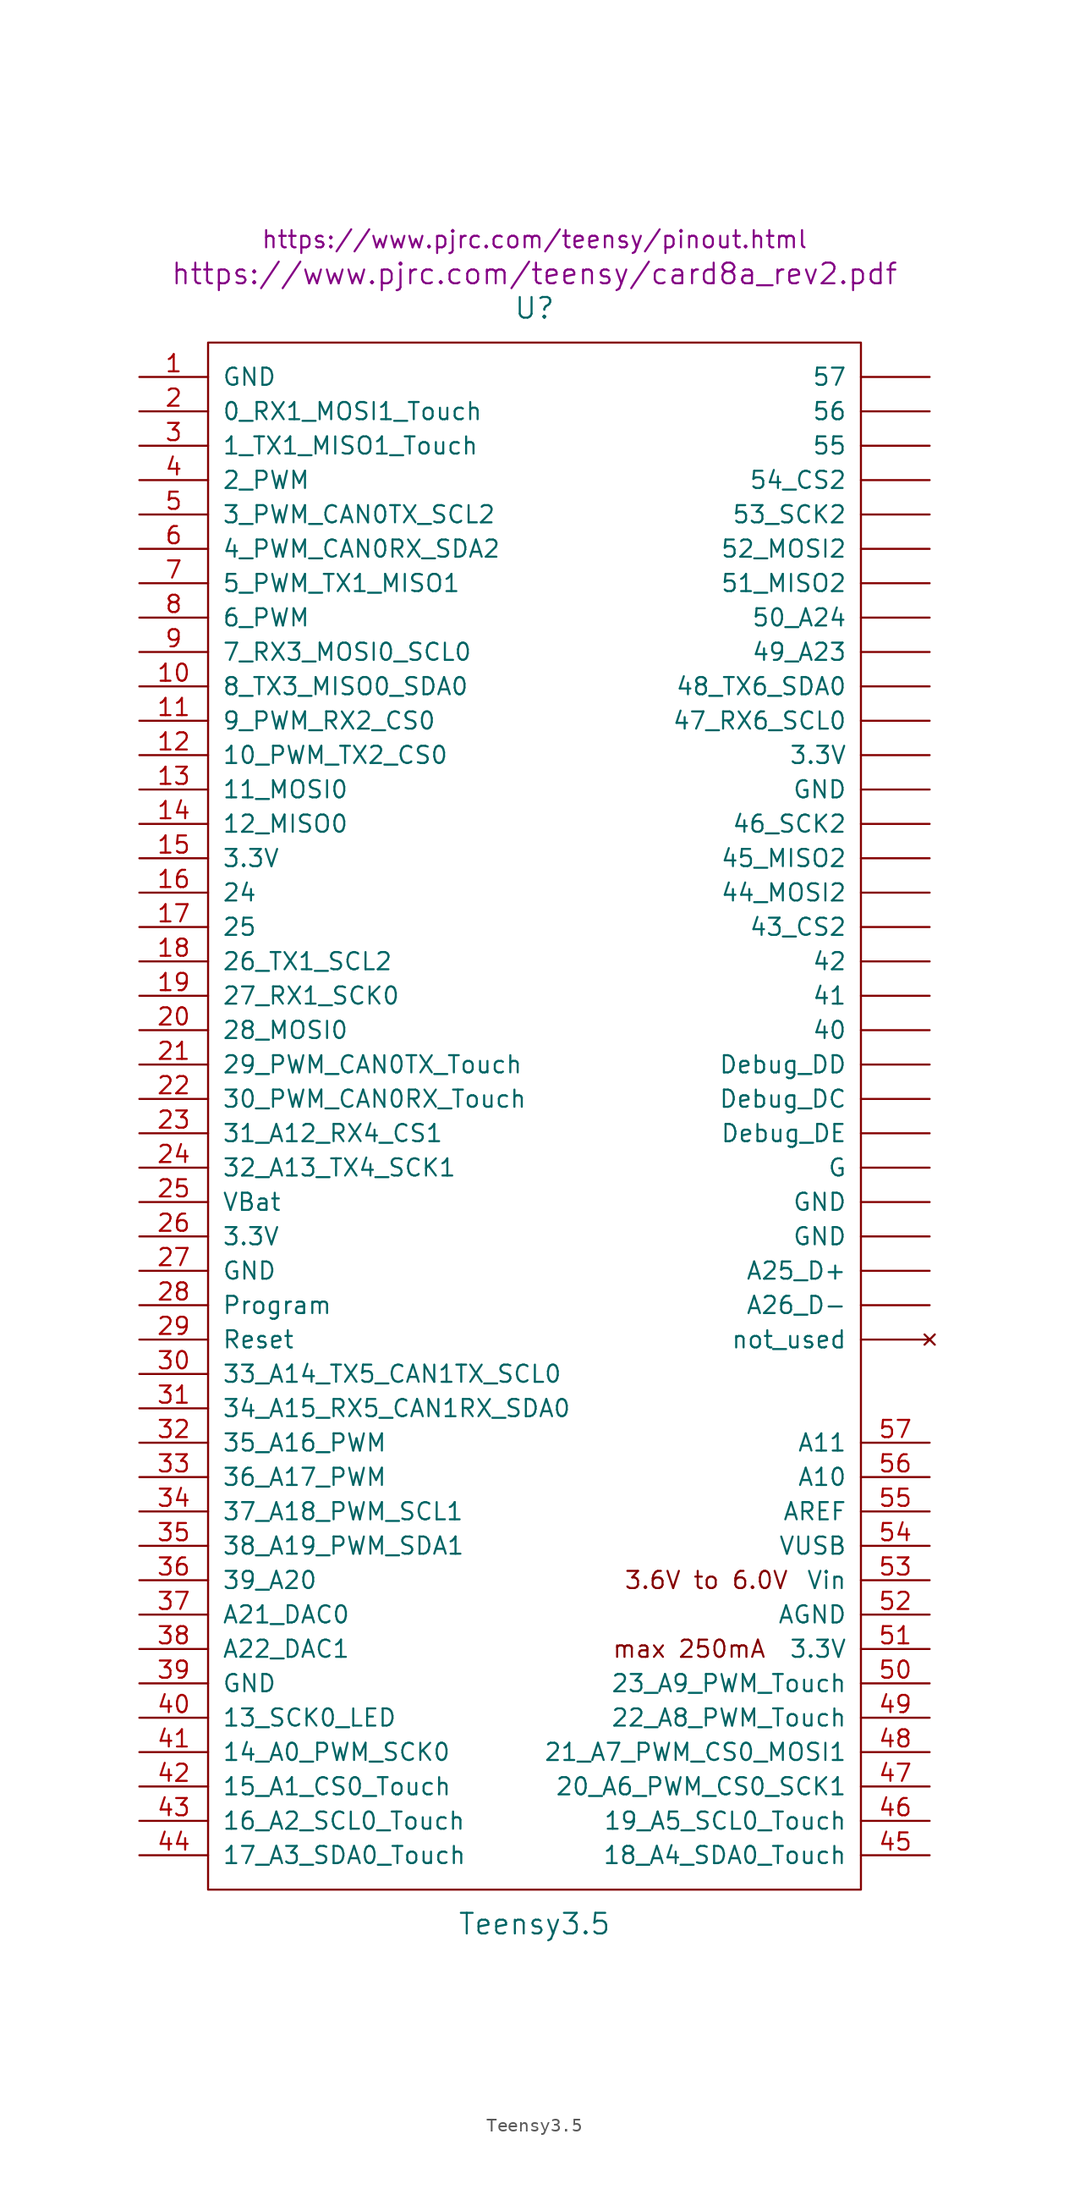
<source format=kicad_sym>
(kicad_symbol_lib
  (version 20211014)
  (generator kicad_symbol_editor)
  (symbol "Teensy3.5"
    (pin_names
      (offset 1.016))
    (property "Reference" "U"
      (at 0 59.69 0)
      (effects (font (size 1.524 1.524))))
    (property "Value" "Teensy3.5"
      (at 0 -59.69 0)
      (effects (font (size 1.524 1.524))))
    (property "Footprint" ""
      (at -2.54 57.15 0)
      (effects (font (size 1.524 1.524))))
    (property "Datasheet" "https://www.pjrc.com/teensy/card8a_rev2.pdf"
      (at 0 62.23 0)
      (effects (font (size 1.524 1.524))))
    (property "Pinouts" "https://www.pjrc.com/teensy/pinout.html"
      (at 0 64.77 0)
      (effects (font (size 1.27 1.27))))
    (symbol "Teensy3.5_0_0"
      (text "3.6V to 6.0V" (at 12.7 -34.29 0) (effects (font (size 1.27 1.27))))
      (text "max 250mA" (at 11.43 -39.37 0) (effects (font (size 1.27 1.27)))))
    (symbol "Teensy3.5_0_1"
      (rectangle (start -24.13 57.15) (end 24.13 -57.15) (stroke (width 0) (type default) (color 0 0 0 0)) (fill (type none))))
    (symbol "Teensy3.5_1_1"
      (pin power_in line (at -29.21 54.61 0) (length 5.08) (name "GND" (effects (font (size 1.27 1.27)))) (number "1" (effects (font (size 1.27 1.27)))))
      (pin bidirectional line (at -29.21 31.75 0) (length 5.08) (name "8_TX3_MISO0_SDA0" (effects (font (size 1.27 1.27)))) (number "10" (effects (font (size 1.27 1.27)))))
      (pin bidirectional line (at -29.21 29.21 0) (length 5.08) (name "9_PWM_RX2_CS0" (effects (font (size 1.27 1.27)))) (number "11" (effects (font (size 1.27 1.27)))))
      (pin bidirectional line (at -29.21 26.67 0) (length 5.08) (name "10_PWM_TX2_CS0" (effects (font (size 1.27 1.27)))) (number "12" (effects (font (size 1.27 1.27)))))
      (pin bidirectional line (at -29.21 24.13 0) (length 5.08) (name "11_MOSI0" (effects (font (size 1.27 1.27)))) (number "13" (effects (font (size 1.27 1.27)))))
      (pin bidirectional line (at -29.21 21.59 0) (length 5.08) (name "12_MISO0" (effects (font (size 1.27 1.27)))) (number "14" (effects (font (size 1.27 1.27)))))
      (pin power_out line (at -29.21 19.05 0) (length 5.08) (name "3.3V" (effects (font (size 1.27 1.27)))) (number "15" (effects (font (size 1.27 1.27)))))
      (pin bidirectional line (at -29.21 16.51 0) (length 5.08) (name "24" (effects (font (size 1.27 1.27)))) (number "16" (effects (font (size 1.27 1.27)))))
      (pin bidirectional line (at -29.21 13.97 0) (length 5.08) (name "25" (effects (font (size 1.27 1.27)))) (number "17" (effects (font (size 1.27 1.27)))))
      (pin bidirectional line (at -29.21 11.43 0) (length 5.08) (name "26_TX1_SCL2" (effects (font (size 1.27 1.27)))) (number "18" (effects (font (size 1.27 1.27)))))
      (pin bidirectional line (at -29.21 8.89 0) (length 5.08) (name "27_RX1_SCK0" (effects (font (size 1.27 1.27)))) (number "19" (effects (font (size 1.27 1.27)))))
      (pin bidirectional line (at -29.21 52.07 0) (length 5.08) (name "0_RX1_MOSI1_Touch" (effects (font (size 1.27 1.27)))) (number "2" (effects (font (size 1.27 1.27)))))
      (pin bidirectional line (at -29.21 6.35 0) (length 5.08) (name "28_MOSI0" (effects (font (size 1.27 1.27)))) (number "20" (effects (font (size 1.27 1.27)))))
      (pin bidirectional line (at -29.21 3.81 0) (length 5.08) (name "29_PWM_CAN0TX_Touch" (effects (font (size 1.27 1.27)))) (number "21" (effects (font (size 1.27 1.27)))))
      (pin bidirectional line (at -29.21 1.27 0) (length 5.08) (name "30_PWM_CAN0RX_Touch" (effects (font (size 1.27 1.27)))) (number "22" (effects (font (size 1.27 1.27)))))
      (pin bidirectional line (at -29.21 -1.27 0) (length 5.08) (name "31_A12_RX4_CS1" (effects (font (size 1.27 1.27)))) (number "23" (effects (font (size 1.27 1.27)))))
      (pin bidirectional line (at -29.21 -3.81 0) (length 5.08) (name "32_A13_TX4_SCK1" (effects (font (size 1.27 1.27)))) (number "24" (effects (font (size 1.27 1.27)))))
      (pin power_in line (at -29.21 -6.35 0) (length 5.08) (name "VBat" (effects (font (size 1.27 1.27)))) (number "25" (effects (font (size 1.27 1.27)))))
      (pin power_in line (at -29.21 -8.89 0) (length 5.08) (name "3.3V" (effects (font (size 1.27 1.27)))) (number "26" (effects (font (size 1.27 1.27)))))
      (pin power_in line (at -29.21 -11.43 0) (length 5.08) (name "GND" (effects (font (size 1.27 1.27)))) (number "27" (effects (font (size 1.27 1.27)))))
      (pin input line (at -29.21 -13.97 0) (length 5.08) (name "Program" (effects (font (size 1.27 1.27)))) (number "28" (effects (font (size 1.27 1.27)))))
      (pin input line (at -29.21 -16.51 0) (length 5.08) (name "Reset" (effects (font (size 1.27 1.27)))) (number "29" (effects (font (size 1.27 1.27)))))
      (pin bidirectional line (at -29.21 49.53 0) (length 5.08) (name "1_TX1_MISO1_Touch" (effects (font (size 1.27 1.27)))) (number "3" (effects (font (size 1.27 1.27)))))
      (pin bidirectional line (at -29.21 -19.05 0) (length 5.08) (name "33_A14_TX5_CAN1TX_SCL0" (effects (font (size 1.27 1.27)))) (number "30" (effects (font (size 1.27 1.27)))))
      (pin bidirectional line (at -29.21 -21.59 0) (length 5.08) (name "34_A15_RX5_CAN1RX_SDA0" (effects (font (size 1.27 1.27)))) (number "31" (effects (font (size 1.27 1.27)))))
      (pin bidirectional line (at -29.21 -24.13 0) (length 5.08) (name "35_A16_PWM" (effects (font (size 1.27 1.27)))) (number "32" (effects (font (size 1.27 1.27)))))
      (pin bidirectional line (at -29.21 -26.67 0) (length 5.08) (name "36_A17_PWM" (effects (font (size 1.27 1.27)))) (number "33" (effects (font (size 1.27 1.27)))))
      (pin bidirectional line (at -29.21 -29.21 0) (length 5.08) (name "37_A18_PWM_SCL1" (effects (font (size 1.27 1.27)))) (number "34" (effects (font (size 1.27 1.27)))))
      (pin bidirectional line (at -29.21 -31.75 0) (length 5.08) (name "38_A19_PWM_SDA1" (effects (font (size 1.27 1.27)))) (number "35" (effects (font (size 1.27 1.27)))))
      (pin bidirectional line (at -29.21 -34.29 0) (length 5.08) (name "39_A20" (effects (font (size 1.27 1.27)))) (number "36" (effects (font (size 1.27 1.27)))))
      (pin bidirectional line (at -29.21 -36.83 0) (length 5.08) (name "A21_DAC0" (effects (font (size 1.27 1.27)))) (number "37" (effects (font (size 1.27 1.27)))))
      (pin bidirectional line (at -29.21 -39.37 0) (length 5.08) (name "A22_DAC1" (effects (font (size 1.27 1.27)))) (number "38" (effects (font (size 1.27 1.27)))))
      (pin power_in line (at -29.21 -41.91 0) (length 5.08) (name "GND" (effects (font (size 1.27 1.27)))) (number "39" (effects (font (size 1.27 1.27)))))
      (pin bidirectional line (at -29.21 46.99 0) (length 5.08) (name "2_PWM" (effects (font (size 1.27 1.27)))) (number "4" (effects (font (size 1.27 1.27)))))
      (pin bidirectional line (at -29.21 -44.45 0) (length 5.08) (name "13_SCK0_LED" (effects (font (size 1.27 1.27)))) (number "40" (effects (font (size 1.27 1.27)))))
      (pin bidirectional line (at -29.21 -46.99 0) (length 5.08) (name "14_A0_PWM_SCK0" (effects (font (size 1.27 1.27)))) (number "41" (effects (font (size 1.27 1.27)))))
      (pin bidirectional line (at -29.21 -49.53 0) (length 5.08) (name "15_A1_CS0_Touch" (effects (font (size 1.27 1.27)))) (number "42" (effects (font (size 1.27 1.27)))))
      (pin bidirectional line (at -29.21 -52.07 0) (length 5.08) (name "16_A2_SCL0_Touch" (effects (font (size 1.27 1.27)))) (number "43" (effects (font (size 1.27 1.27)))))
      (pin bidirectional line (at -29.21 -54.61 0) (length 5.08) (name "17_A3_SDA0_Touch" (effects (font (size 1.27 1.27)))) (number "44" (effects (font (size 1.27 1.27)))))
      (pin bidirectional line (at 29.21 -54.61 180) (length 5.08) (name "18_A4_SDA0_Touch" (effects (font (size 1.27 1.27)))) (number "45" (effects (font (size 1.27 1.27)))))
      (pin bidirectional line (at 29.21 -52.07 180) (length 5.08) (name "19_A5_SCL0_Touch" (effects (font (size 1.27 1.27)))) (number "46" (effects (font (size 1.27 1.27)))))
      (pin bidirectional line (at 29.21 -49.53 180) (length 5.08) (name "20_A6_PWM_CS0_SCK1" (effects (font (size 1.27 1.27)))) (number "47" (effects (font (size 1.27 1.27)))))
      (pin bidirectional line (at 29.21 -46.99 180) (length 5.08) (name "21_A7_PWM_CS0_MOSI1" (effects (font (size 1.27 1.27)))) (number "48" (effects (font (size 1.27 1.27)))))
      (pin bidirectional line (at 29.21 -44.45 180) (length 5.08) (name "22_A8_PWM_Touch" (effects (font (size 1.27 1.27)))) (number "49" (effects (font (size 1.27 1.27)))))
      (pin bidirectional line (at -29.21 44.45 0) (length 5.08) (name "3_PWM_CAN0TX_SCL2" (effects (font (size 1.27 1.27)))) (number "5" (effects (font (size 1.27 1.27)))))
      (pin bidirectional line (at 29.21 -41.91 180) (length 5.08) (name "23_A9_PWM_Touch" (effects (font (size 1.27 1.27)))) (number "50" (effects (font (size 1.27 1.27)))))
      (pin power_out line (at 29.21 -39.37 180) (length 5.08) (name "3.3V" (effects (font (size 1.27 1.27)))) (number "51" (effects (font (size 1.27 1.27)))))
      (pin power_out line (at 29.21 -36.83 180) (length 5.08) (name "AGND" (effects (font (size 1.27 1.27)))) (number "52" (effects (font (size 1.27 1.27)))))
      (pin power_in line (at 29.21 -34.29 180) (length 5.08) (name "Vin" (effects (font (size 1.27 1.27)))) (number "53" (effects (font (size 1.27 1.27)))))
      (pin power_in line (at 29.21 -31.75 180) (length 5.08) (name "VUSB" (effects (font (size 1.27 1.27)))) (number "54" (effects (font (size 1.27 1.27)))))
      (pin input line (at 29.21 -29.21 180) (length 5.08) (name "AREF" (effects (font (size 1.27 1.27)))) (number "55" (effects (font (size 1.27 1.27)))))
      (pin bidirectional line (at 29.21 -26.67 180) (length 5.08) (name "A10" (effects (font (size 1.27 1.27)))) (number "56" (effects (font (size 1.27 1.27)))))
      (pin bidirectional line (at 29.21 -24.13 180) (length 5.08) (name "A11" (effects (font (size 1.27 1.27)))) (number "57" (effects (font (size 1.27 1.27)))))
      (pin bidirectional line (at -29.21 41.91 0) (length 5.08) (name "4_PWM_CAN0RX_SDA2" (effects (font (size 1.27 1.27)))) (number "6" (effects (font (size 1.27 1.27)))))
      (pin bidirectional line (at -29.21 39.37 0) (length 5.08) (name "5_PWM_TX1_MISO1" (effects (font (size 1.27 1.27)))) (number "7" (effects (font (size 1.27 1.27)))))
      (pin bidirectional line (at -29.21 36.83 0) (length 5.08) (name "6_PWM" (effects (font (size 1.27 1.27)))) (number "8" (effects (font (size 1.27 1.27)))))
      (pin bidirectional line (at -29.21 34.29 0) (length 5.08) (name "7_RX3_MOSI0_SCL0" (effects (font (size 1.27 1.27)))) (number "9" (effects (font (size 1.27 1.27)))))
      (pin power_in line (at 29.21 26.67 180) (length 5.08) (name "3.3V" (effects (font (size 1.27 1.27)))) (number "~" (effects (font (size 1.27 1.27)))))
      (pin bidirectional line (at 29.21 6.35 180) (length 5.08) (name "40" (effects (font (size 1.27 1.27)))) (number "~" (effects (font (size 1.27 1.27)))))
      (pin bidirectional line (at 29.21 8.89 180) (length 5.08) (name "41" (effects (font (size 1.27 1.27)))) (number "~" (effects (font (size 1.27 1.27)))))
      (pin bidirectional line (at 29.21 11.43 180) (length 5.08) (name "42" (effects (font (size 1.27 1.27)))) (number "~" (effects (font (size 1.27 1.27)))))
      (pin bidirectional line (at 29.21 13.97 180) (length 5.08) (name "43_CS2" (effects (font (size 1.27 1.27)))) (number "~" (effects (font (size 1.27 1.27)))))
      (pin bidirectional line (at 29.21 16.51 180) (length 5.08) (name "44_MOSI2" (effects (font (size 1.27 1.27)))) (number "~" (effects (font (size 1.27 1.27)))))
      (pin bidirectional line (at 29.21 19.05 180) (length 5.08) (name "45_MISO2" (effects (font (size 1.27 1.27)))) (number "~" (effects (font (size 1.27 1.27)))))
      (pin bidirectional line (at 29.21 21.59 180) (length 5.08) (name "46_SCK2" (effects (font (size 1.27 1.27)))) (number "~" (effects (font (size 1.27 1.27)))))
      (pin bidirectional line (at 29.21 29.21 180) (length 5.08) (name "47_RX6_SCL0" (effects (font (size 1.27 1.27)))) (number "~" (effects (font (size 1.27 1.27)))))
      (pin bidirectional line (at 29.21 31.75 180) (length 5.08) (name "48_TX6_SDA0" (effects (font (size 1.27 1.27)))) (number "~" (effects (font (size 1.27 1.27)))))
      (pin bidirectional line (at 29.21 34.29 180) (length 5.08) (name "49_A23" (effects (font (size 1.27 1.27)))) (number "~" (effects (font (size 1.27 1.27)))))
      (pin bidirectional line (at 29.21 36.83 180) (length 5.08) (name "50_A24" (effects (font (size 1.27 1.27)))) (number "~" (effects (font (size 1.27 1.27)))))
      (pin bidirectional line (at 29.21 39.37 180) (length 5.08) (name "51_MISO2" (effects (font (size 1.27 1.27)))) (number "~" (effects (font (size 1.27 1.27)))))
      (pin bidirectional line (at 29.21 41.91 180) (length 5.08) (name "52_MOSI2" (effects (font (size 1.27 1.27)))) (number "~" (effects (font (size 1.27 1.27)))))
      (pin bidirectional line (at 29.21 44.45 180) (length 5.08) (name "53_SCK2" (effects (font (size 1.27 1.27)))) (number "~" (effects (font (size 1.27 1.27)))))
      (pin bidirectional line (at 29.21 46.99 180) (length 5.08) (name "54_CS2" (effects (font (size 1.27 1.27)))) (number "~" (effects (font (size 1.27 1.27)))))
      (pin bidirectional line (at 29.21 49.53 180) (length 5.08) (name "55" (effects (font (size 1.27 1.27)))) (number "~" (effects (font (size 1.27 1.27)))))
      (pin bidirectional line (at 29.21 52.07 180) (length 5.08) (name "56" (effects (font (size 1.27 1.27)))) (number "~" (effects (font (size 1.27 1.27)))))
      (pin bidirectional line (at 29.21 54.61 180) (length 5.08) (name "57" (effects (font (size 1.27 1.27)))) (number "~" (effects (font (size 1.27 1.27)))))
      (pin bidirectional line (at 29.21 -11.43 180) (length 5.08) (name "A25_D+" (effects (font (size 1.27 1.27)))) (number "~" (effects (font (size 1.27 1.27)))))
      (pin bidirectional line (at 29.21 -13.97 180) (length 5.08) (name "A26_D-" (effects (font (size 1.27 1.27)))) (number "~" (effects (font (size 1.27 1.27)))))
      (pin input line (at 29.21 1.27 180) (length 5.08) (name "Debug_DC" (effects (font (size 1.27 1.27)))) (number "~" (effects (font (size 1.27 1.27)))))
      (pin input line (at 29.21 3.81 180) (length 5.08) (name "Debug_DD" (effects (font (size 1.27 1.27)))) (number "~" (effects (font (size 1.27 1.27)))))
      (pin input line (at 29.21 -1.27 180) (length 5.08) (name "Debug_DE" (effects (font (size 1.27 1.27)))) (number "~" (effects (font (size 1.27 1.27)))))
      (pin power_in line (at 29.21 -3.81 180) (length 5.08) (name "G" (effects (font (size 1.27 1.27)))) (number "~" (effects (font (size 1.27 1.27)))))
      (pin power_in line (at 29.21 -8.89 180) (length 5.08) (name "GND" (effects (font (size 1.27 1.27)))) (number "~" (effects (font (size 1.27 1.27)))))
      (pin power_in line (at 29.21 -6.35 180) (length 5.08) (name "GND" (effects (font (size 1.27 1.27)))) (number "~" (effects (font (size 1.27 1.27)))))
      (pin power_in line (at 29.21 24.13 180) (length 5.08) (name "GND" (effects (font (size 1.27 1.27)))) (number "~" (effects (font (size 1.27 1.27)))))
      (pin no_connect line (at 29.21 -16.51 180) (length 5.08) (name "not_used" (effects (font (size 1.27 1.27)))) (number "~" (effects (font (size 1.27 1.27))))))))
</source>
